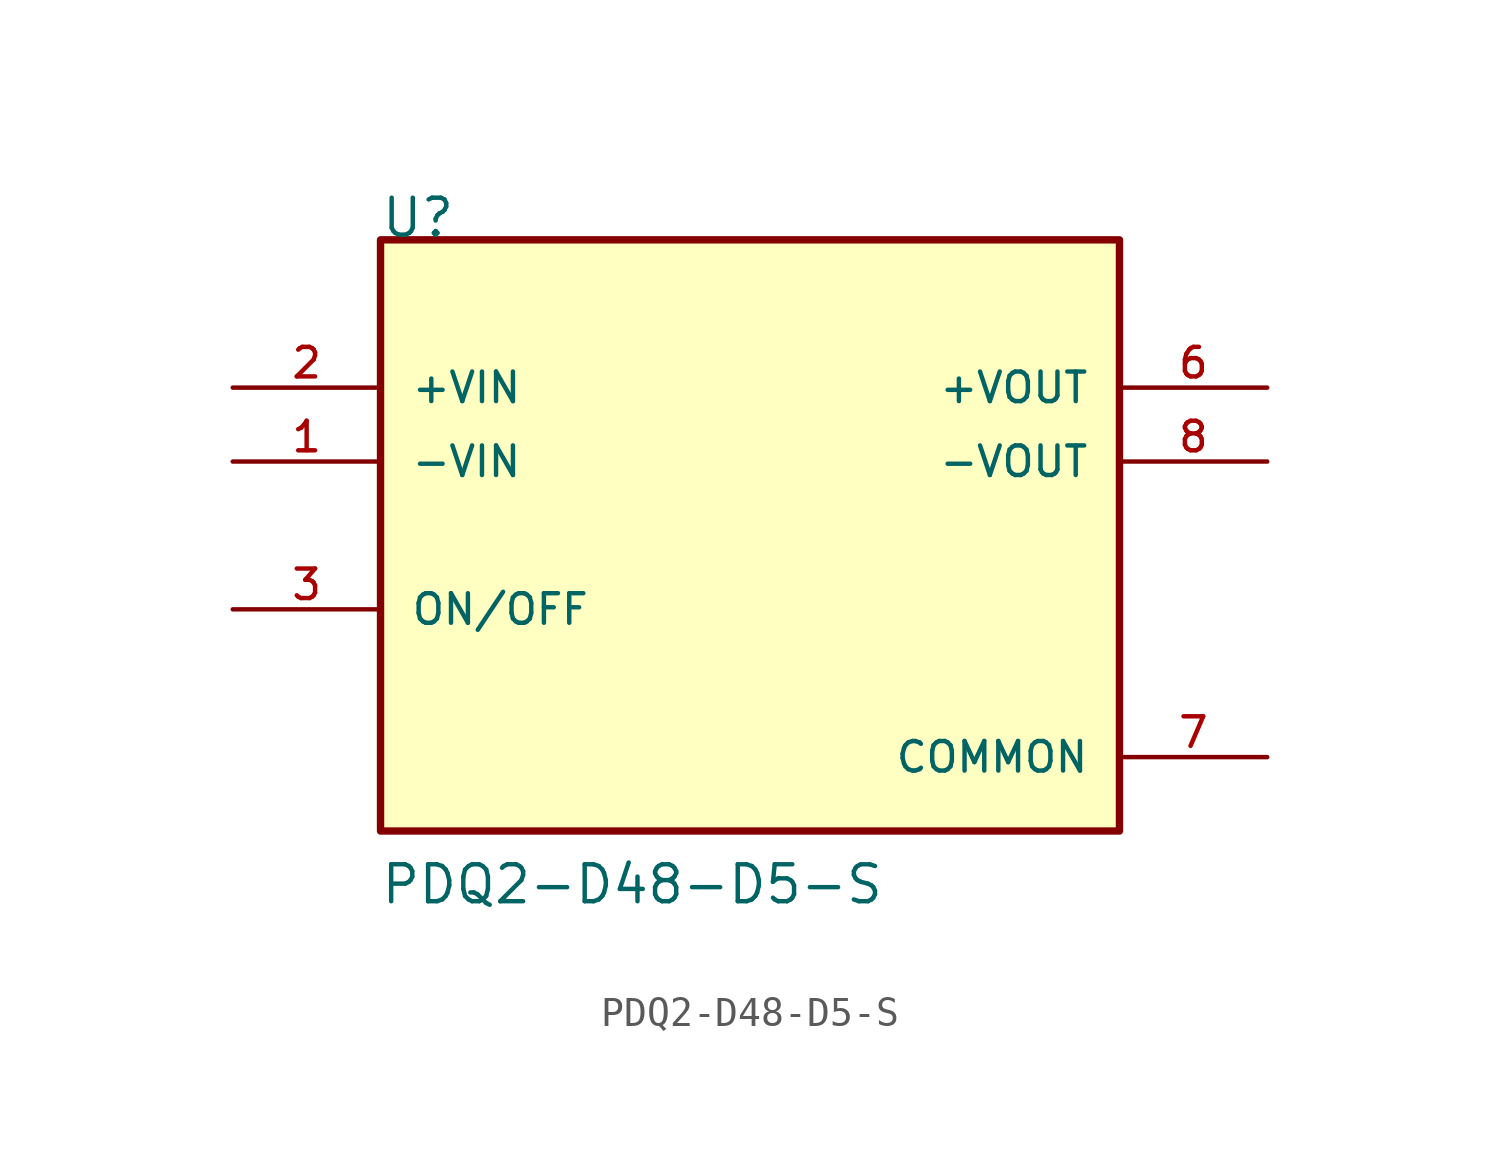
<source format=kicad_sym>
(kicad_symbol_lib
  (version 20211014)
  (generator kicad_symbol_editor)
  (symbol "PDQ2-D48-D5-S"
    (pin_names
      (offset 1.016))
    (property "Reference" "U"
      (at -12.72 10.176 0)
      (effects (font (size 1.27 1.27)) (justify bottom left)))
    (property "Value" "PDQ2-D48-D5-S"
      (at -12.737 -12.737 0)
      (effects (font (size 1.27 1.27)) (justify bottom left)))
    (symbol "PDQ2-D48-D5-S_0_0"
      (rectangle (start -12.7 -10.16) (end 12.7 10.16) (stroke (width 0.254)) (fill (type background)))
      (pin input line (at -17.78 2.54 0) (length 5.08) (name "-VIN" (effects (font (size 1.016 1.016)))) (number "1" (effects (font (size 1.016 1.016)))))
      (pin input line (at -17.78 5.08 0) (length 5.08) (name "+VIN" (effects (font (size 1.016 1.016)))) (number "2" (effects (font (size 1.016 1.016)))))
      (pin input line (at -17.78 -2.54 0) (length 5.08) (name "ON/OFF" (effects (font (size 1.016 1.016)))) (number "3" (effects (font (size 1.016 1.016)))))
      (pin output line (at 17.78 5.08 180.0) (length 5.08) (name "+VOUT" (effects (font (size 1.016 1.016)))) (number "6" (effects (font (size 1.016 1.016)))))
      (pin power_in line (at 17.78 -7.62 180.0) (length 5.08) (name "COMMON" (effects (font (size 1.016 1.016)))) (number "7" (effects (font (size 1.016 1.016)))))
      (pin output line (at 17.78 2.54 180.0) (length 5.08) (name "-VOUT" (effects (font (size 1.016 1.016)))) (number "8" (effects (font (size 1.016 1.016))))))))
</source>
